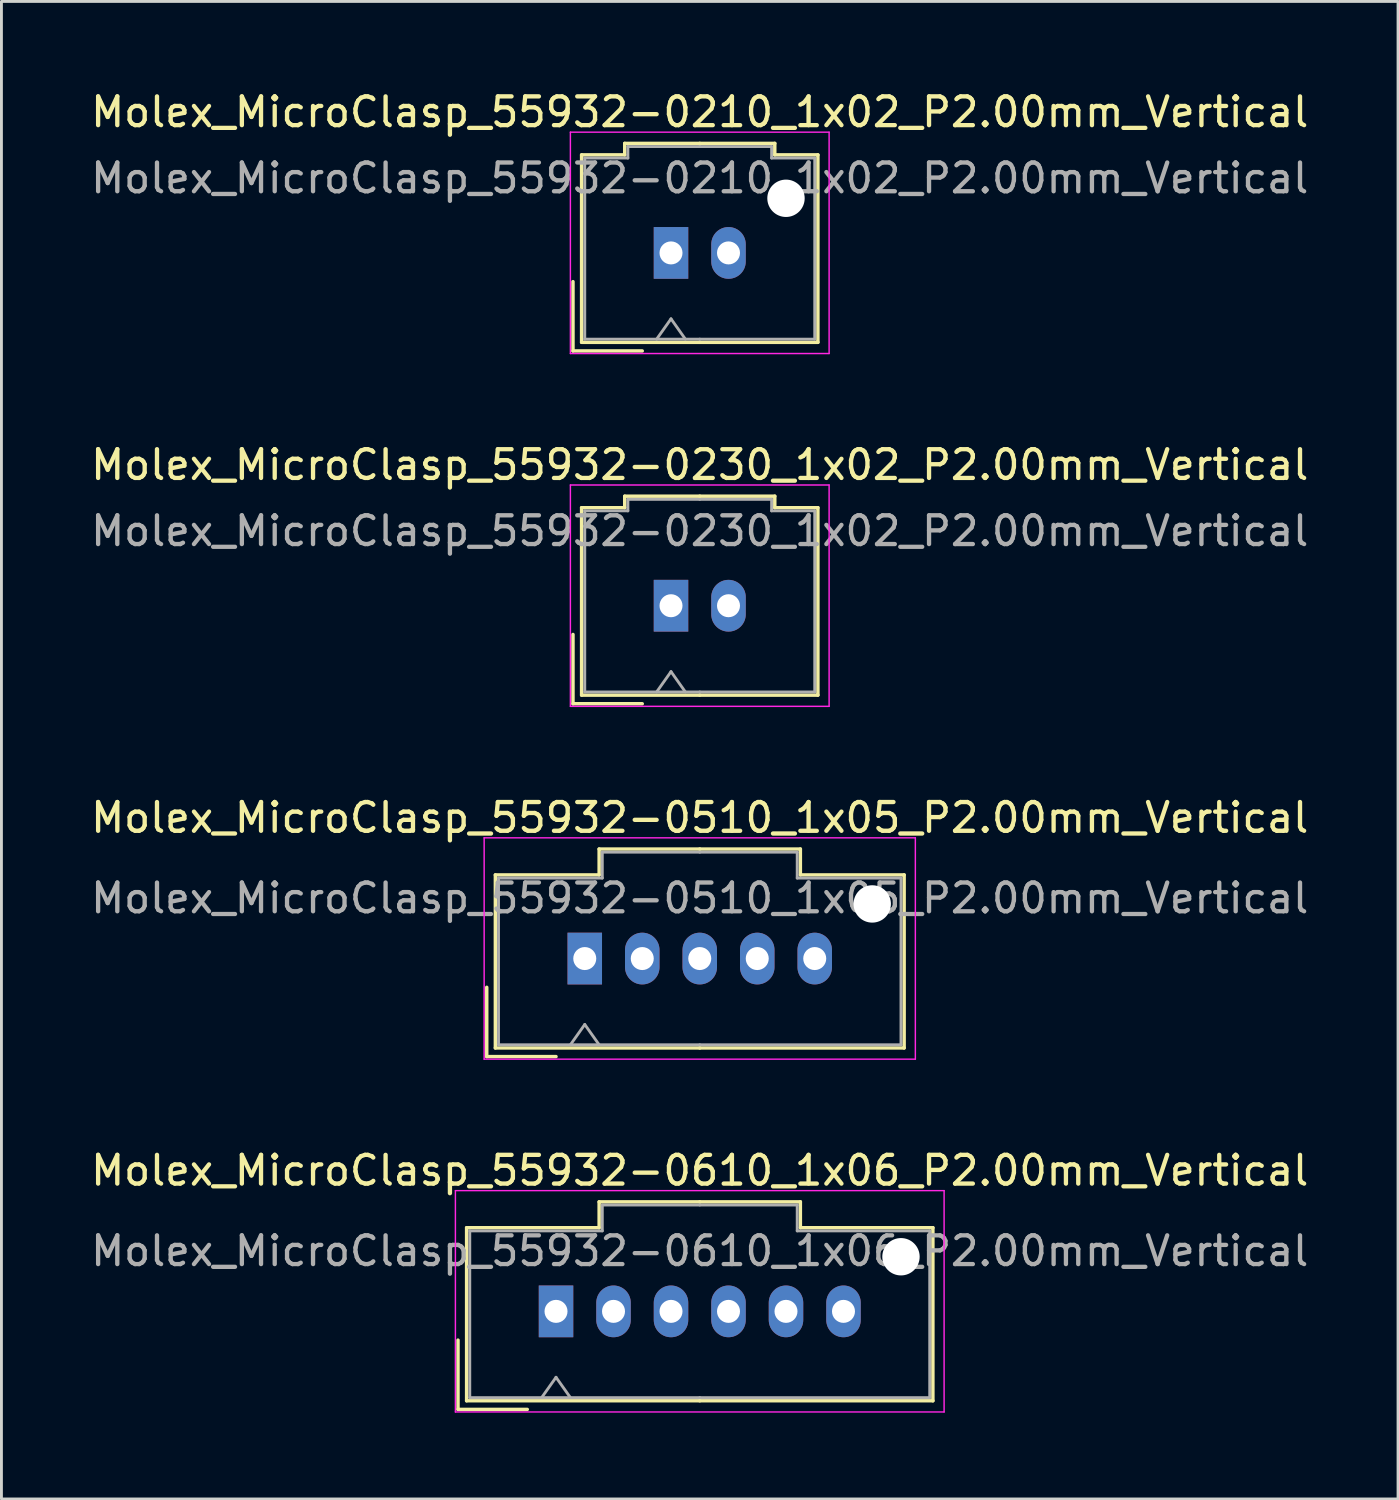
<source format=kicad_pcb>
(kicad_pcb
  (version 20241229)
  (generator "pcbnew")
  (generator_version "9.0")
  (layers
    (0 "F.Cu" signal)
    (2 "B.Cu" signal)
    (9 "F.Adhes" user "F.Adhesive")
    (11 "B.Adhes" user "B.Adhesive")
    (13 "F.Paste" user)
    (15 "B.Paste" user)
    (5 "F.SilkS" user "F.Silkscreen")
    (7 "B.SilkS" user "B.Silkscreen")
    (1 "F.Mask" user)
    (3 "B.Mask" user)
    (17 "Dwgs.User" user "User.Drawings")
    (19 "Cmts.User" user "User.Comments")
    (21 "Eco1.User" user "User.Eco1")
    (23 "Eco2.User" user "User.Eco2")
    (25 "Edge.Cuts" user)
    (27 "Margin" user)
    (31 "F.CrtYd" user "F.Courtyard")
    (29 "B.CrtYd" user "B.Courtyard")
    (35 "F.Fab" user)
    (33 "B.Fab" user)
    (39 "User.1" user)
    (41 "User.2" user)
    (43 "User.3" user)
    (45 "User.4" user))
  (footprint "Molex_MicroClasp_55932-0210_1x02_P2.00mm_Vertical"
    (layer "F.Cu")
    (at 20.292 5.748)
    (property "Reference" "Molex_MicroClasp_55932-0210_1x02_P2.00mm_Vertical" (at 1 -4.9 0) (layer "F.SilkS") (effects (font (size 1 1) (thickness 0.15))))
    (attr through_hole)
    (fp_line (start -3.41 1) (end -3.41 3.41) (stroke (width 0.12) (type solid)) (layer "F.SilkS"))
    (fp_line (start -3.41 3.41) (end -1 3.41) (stroke (width 0.12) (type solid)) (layer "F.SilkS"))
    (fp_line (start -3.11 -3.41) (end -3.11 3.11) (stroke (width 0.12) (type solid)) (layer "F.SilkS"))
    (fp_line (start -3.11 3.11) (end 1 3.11) (stroke (width 0.12) (type solid)) (layer "F.SilkS"))
    (fp_line (start -1.61 -3.81) (end -1.61 -3.41) (stroke (width 0.12) (type solid)) (layer "F.SilkS"))
    (fp_line (start -1.61 -3.41) (end -3.11 -3.41) (stroke (width 0.12) (type solid)) (layer "F.SilkS"))
    (fp_line (start 1 -3.81) (end -1.61 -3.81) (stroke (width 0.12) (type solid)) (layer "F.SilkS"))
    (fp_line (start 1 -3.81) (end 3.61 -3.81) (stroke (width 0.12) (type solid)) (layer "F.SilkS"))
    (fp_line (start 3.61 -3.81) (end 3.61 -3.41) (stroke (width 0.12) (type solid)) (layer "F.SilkS"))
    (fp_line (start 3.61 -3.41) (end 5.11 -3.41) (stroke (width 0.12) (type solid)) (layer "F.SilkS"))
    (fp_line (start 5.11 -3.41) (end 5.11 3.11) (stroke (width 0.12) (type solid)) (layer "F.SilkS"))
    (fp_line (start 5.11 3.11) (end 1 3.11) (stroke (width 0.12) (type solid)) (layer "F.SilkS"))
    (fp_line (start -3.5 -4.2) (end -3.5 3.5) (stroke (width 0.05) (type solid)) (layer "F.CrtYd"))
    (fp_line (start -3.5 3.5) (end 5.5 3.5) (stroke (width 0.05) (type solid)) (layer "F.CrtYd"))
    (fp_line (start 5.5 -4.2) (end -3.5 -4.2) (stroke (width 0.05) (type solid)) (layer "F.CrtYd"))
    (fp_line (start 5.5 3.5) (end 5.5 -4.2) (stroke (width 0.05) (type solid)) (layer "F.CrtYd"))
    (fp_line (start -3 -3.3) (end -3 3) (stroke (width 0.1) (type solid)) (layer "F.Fab"))
    (fp_line (start -3 3) (end 1 3) (stroke (width 0.1) (type solid)) (layer "F.Fab"))
    (fp_line (start -1.5 -3.7) (end -1.5 -3.3) (stroke (width 0.1) (type solid)) (layer "F.Fab"))
    (fp_line (start -1.5 -3.3) (end -3 -3.3) (stroke (width 0.1) (type solid)) (layer "F.Fab"))
    (fp_line (start -0.5 3) (end 0 2.293) (stroke (width 0.1) (type solid)) (layer "F.Fab"))
    (fp_line (start 0 2.293) (end 0.5 3) (stroke (width 0.1) (type solid)) (layer "F.Fab"))
    (fp_line (start 1 -3.7) (end -1.5 -3.7) (stroke (width 0.1) (type solid)) (layer "F.Fab"))
    (fp_line (start 1 -3.7) (end 3.5 -3.7) (stroke (width 0.1) (type solid)) (layer "F.Fab"))
    (fp_line (start 3.5 -3.7) (end 3.5 -3.3) (stroke (width 0.1) (type solid)) (layer "F.Fab"))
    (fp_line (start 3.5 -3.3) (end 5 -3.3) (stroke (width 0.1) (type solid)) (layer "F.Fab"))
    (fp_line (start 5 -3.3) (end 5 3) (stroke (width 0.1) (type solid)) (layer "F.Fab"))
    (fp_line (start 5 3) (end 1 3) (stroke (width 0.1) (type solid)) (layer "F.Fab"))
    (fp_text user "${REFERENCE}" (at 1 -2.6 0) (layer "F.Fab") (effects (font (size 1 1) (thickness 0.15))))
    (pad "" np_thru_hole circle (at 4 -1.9) (size 1.3 1.3) (drill 1.3) (layers "*.Cu" "*.Mask"))
    (pad "1" thru_hole rect (at 0 0) (size 1.2 1.8) (drill 0.8) (layers "*.Cu" "*.Mask"))
    (pad "2" thru_hole oval (at 2 0) (size 1.2 1.8) (drill 0.8) (layers "*.Cu" "*.Mask")))
  (footprint "Molex_MicroClasp_55932-0230_1x02_P2.00mm_Vertical"
    (layer "F.Cu")
    (at 20.292 18.021)
    (property "Reference" "Molex_MicroClasp_55932-0230_1x02_P2.00mm_Vertical" (at 1 -4.9 0) (layer "F.SilkS") (effects (font (size 1 1) (thickness 0.15))))
    (attr through_hole)
    (fp_line (start -3.41 1) (end -3.41 3.41) (stroke (width 0.12) (type solid)) (layer "F.SilkS"))
    (fp_line (start -3.41 3.41) (end -1 3.41) (stroke (width 0.12) (type solid)) (layer "F.SilkS"))
    (fp_line (start -3.11 -3.41) (end -3.11 3.11) (stroke (width 0.12) (type solid)) (layer "F.SilkS"))
    (fp_line (start -3.11 3.11) (end 1 3.11) (stroke (width 0.12) (type solid)) (layer "F.SilkS"))
    (fp_line (start -1.61 -3.81) (end -1.61 -3.41) (stroke (width 0.12) (type solid)) (layer "F.SilkS"))
    (fp_line (start -1.61 -3.41) (end -3.11 -3.41) (stroke (width 0.12) (type solid)) (layer "F.SilkS"))
    (fp_line (start 1 -3.81) (end -1.61 -3.81) (stroke (width 0.12) (type solid)) (layer "F.SilkS"))
    (fp_line (start 1 -3.81) (end 3.61 -3.81) (stroke (width 0.12) (type solid)) (layer "F.SilkS"))
    (fp_line (start 3.61 -3.81) (end 3.61 -3.41) (stroke (width 0.12) (type solid)) (layer "F.SilkS"))
    (fp_line (start 3.61 -3.41) (end 5.11 -3.41) (stroke (width 0.12) (type solid)) (layer "F.SilkS"))
    (fp_line (start 5.11 -3.41) (end 5.11 3.11) (stroke (width 0.12) (type solid)) (layer "F.SilkS"))
    (fp_line (start 5.11 3.11) (end 1 3.11) (stroke (width 0.12) (type solid)) (layer "F.SilkS"))
    (fp_line (start -3.5 -4.2) (end -3.5 3.5) (stroke (width 0.05) (type solid)) (layer "F.CrtYd"))
    (fp_line (start -3.5 3.5) (end 5.5 3.5) (stroke (width 0.05) (type solid)) (layer "F.CrtYd"))
    (fp_line (start 5.5 -4.2) (end -3.5 -4.2) (stroke (width 0.05) (type solid)) (layer "F.CrtYd"))
    (fp_line (start 5.5 3.5) (end 5.5 -4.2) (stroke (width 0.05) (type solid)) (layer "F.CrtYd"))
    (fp_line (start -3 -3.3) (end -3 3) (stroke (width 0.1) (type solid)) (layer "F.Fab"))
    (fp_line (start -3 3) (end 1 3) (stroke (width 0.1) (type solid)) (layer "F.Fab"))
    (fp_line (start -1.5 -3.7) (end -1.5 -3.3) (stroke (width 0.1) (type solid)) (layer "F.Fab"))
    (fp_line (start -1.5 -3.3) (end -3 -3.3) (stroke (width 0.1) (type solid)) (layer "F.Fab"))
    (fp_line (start -0.5 3) (end 0 2.293) (stroke (width 0.1) (type solid)) (layer "F.Fab"))
    (fp_line (start 0 2.293) (end 0.5 3) (stroke (width 0.1) (type solid)) (layer "F.Fab"))
    (fp_line (start 1 -3.7) (end -1.5 -3.7) (stroke (width 0.1) (type solid)) (layer "F.Fab"))
    (fp_line (start 1 -3.7) (end 3.5 -3.7) (stroke (width 0.1) (type solid)) (layer "F.Fab"))
    (fp_line (start 3.5 -3.7) (end 3.5 -3.3) (stroke (width 0.1) (type solid)) (layer "F.Fab"))
    (fp_line (start 3.5 -3.3) (end 5 -3.3) (stroke (width 0.1) (type solid)) (layer "F.Fab"))
    (fp_line (start 5 -3.3) (end 5 3) (stroke (width 0.1) (type solid)) (layer "F.Fab"))
    (fp_line (start 5 3) (end 1 3) (stroke (width 0.1) (type solid)) (layer "F.Fab"))
    (fp_text user "${REFERENCE}" (at 1 -2.6 0) (layer "F.Fab") (effects (font (size 1 1) (thickness 0.15))))
    (pad "1" thru_hole rect (at 0 0) (size 1.2 1.8) (drill 0.8) (layers "*.Cu" "*.Mask"))
    (pad "2" thru_hole oval (at 2 0) (size 1.2 1.8) (drill 0.8) (layers "*.Cu" "*.Mask")))
  (footprint "Molex_MicroClasp_55932-0610_1x06_P2.00mm_Vertical"
    (layer "F.Cu")
    (at 16.292 42.568)
    (property "Reference" "Molex_MicroClasp_55932-0610_1x06_P2.00mm_Vertical" (at 5 -4.9 0) (layer "F.SilkS") (effects (font (size 1 1) (thickness 0.15))))
    (attr through_hole)
    (fp_line (start -3.41 1) (end -3.41 3.41) (stroke (width 0.12) (type solid)) (layer "F.SilkS"))
    (fp_line (start -3.41 3.41) (end -1 3.41) (stroke (width 0.12) (type solid)) (layer "F.SilkS"))
    (fp_line (start -3.11 -2.91) (end -3.11 3.11) (stroke (width 0.12) (type solid)) (layer "F.SilkS"))
    (fp_line (start -3.11 3.11) (end 5 3.11) (stroke (width 0.12) (type solid)) (layer "F.SilkS"))
    (fp_line (start 1.5 -3.81) (end 1.5 -2.91) (stroke (width 0.12) (type solid)) (layer "F.SilkS"))
    (fp_line (start 1.5 -2.91) (end -3.11 -2.91) (stroke (width 0.12) (type solid)) (layer "F.SilkS"))
    (fp_line (start 5 -3.81) (end 1.5 -3.81) (stroke (width 0.12) (type solid)) (layer "F.SilkS"))
    (fp_line (start 5 -3.81) (end 8.5 -3.81) (stroke (width 0.12) (type solid)) (layer "F.SilkS"))
    (fp_line (start 8.5 -3.81) (end 8.5 -2.91) (stroke (width 0.12) (type solid)) (layer "F.SilkS"))
    (fp_line (start 8.5 -2.91) (end 13.11 -2.91) (stroke (width 0.12) (type solid)) (layer "F.SilkS"))
    (fp_line (start 13.11 -2.91) (end 13.11 3.11) (stroke (width 0.12) (type solid)) (layer "F.SilkS"))
    (fp_line (start 13.11 3.11) (end 5 3.11) (stroke (width 0.12) (type solid)) (layer "F.SilkS"))
    (fp_line (start -3.5 -4.2) (end -3.5 3.5) (stroke (width 0.05) (type solid)) (layer "F.CrtYd"))
    (fp_line (start -3.5 3.5) (end 13.5 3.5) (stroke (width 0.05) (type solid)) (layer "F.CrtYd"))
    (fp_line (start 13.5 -4.2) (end -3.5 -4.2) (stroke (width 0.05) (type solid)) (layer "F.CrtYd"))
    (fp_line (start 13.5 3.5) (end 13.5 -4.2) (stroke (width 0.05) (type solid)) (layer "F.CrtYd"))
    (fp_line (start -3 -2.8) (end -3 3) (stroke (width 0.1) (type solid)) (layer "F.Fab"))
    (fp_line (start -3 3) (end 5 3) (stroke (width 0.1) (type solid)) (layer "F.Fab"))
    (fp_line (start -0.5 3) (end 0 2.293) (stroke (width 0.1) (type solid)) (layer "F.Fab"))
    (fp_line (start 0 2.293) (end 0.5 3) (stroke (width 0.1) (type solid)) (layer "F.Fab"))
    (fp_line (start 1.61 -3.7) (end 1.61 -2.8) (stroke (width 0.1) (type solid)) (layer "F.Fab"))
    (fp_line (start 1.61 -2.8) (end -3 -2.8) (stroke (width 0.1) (type solid)) (layer "F.Fab"))
    (fp_line (start 5 -3.7) (end 1.61 -3.7) (stroke (width 0.1) (type solid)) (layer "F.Fab"))
    (fp_line (start 5 -3.7) (end 8.39 -3.7) (stroke (width 0.1) (type solid)) (layer "F.Fab"))
    (fp_line (start 8.39 -3.7) (end 8.39 -2.8) (stroke (width 0.1) (type solid)) (layer "F.Fab"))
    (fp_line (start 8.39 -2.8) (end 13 -2.8) (stroke (width 0.1) (type solid)) (layer "F.Fab"))
    (fp_line (start 13 -2.8) (end 13 3) (stroke (width 0.1) (type solid)) (layer "F.Fab"))
    (fp_line (start 13 3) (end 5 3) (stroke (width 0.1) (type solid)) (layer "F.Fab"))
    (fp_text user "${REFERENCE}" (at 5 -2.1 0) (layer "F.Fab") (effects (font (size 1 1) (thickness 0.15))))
    (pad "" np_thru_hole circle (at 12 -1.9) (size 1.3 1.3) (drill 1.3) (layers "*.Cu" "*.Mask"))
    (pad "1" thru_hole rect (at 0 0) (size 1.2 1.8) (drill 0.8) (layers "*.Cu" "*.Mask"))
    (pad "2" thru_hole oval (at 2 0) (size 1.2 1.8) (drill 0.8) (layers "*.Cu" "*.Mask"))
    (pad "3" thru_hole oval (at 4 0) (size 1.2 1.8) (drill 0.8) (layers "*.Cu" "*.Mask"))
    (pad "4" thru_hole oval (at 6 0) (size 1.2 1.8) (drill 0.8) (layers "*.Cu" "*.Mask"))
    (pad "5" thru_hole oval (at 8 0) (size 1.2 1.8) (drill 0.8) (layers "*.Cu" "*.Mask"))
    (pad "6" thru_hole oval (at 10 0) (size 1.2 1.8) (drill 0.8) (layers "*.Cu" "*.Mask")))
  (footprint "Molex_MicroClasp_55932-0510_1x05_P2.00mm_Vertical"
    (layer "F.Cu")
    (at 17.292 30.295)
    (property "Reference" "Molex_MicroClasp_55932-0510_1x05_P2.00mm_Vertical" (at 4 -4.9 0) (layer "F.SilkS") (effects (font (size 1 1) (thickness 0.15))))
    (attr through_hole)
    (fp_line (start -3.41 1) (end -3.41 3.41) (stroke (width 0.12) (type solid)) (layer "F.SilkS"))
    (fp_line (start -3.41 3.41) (end -1 3.41) (stroke (width 0.12) (type solid)) (layer "F.SilkS"))
    (fp_line (start -3.11 -2.91) (end -3.11 3.11) (stroke (width 0.12) (type solid)) (layer "F.SilkS"))
    (fp_line (start -3.11 3.11) (end 4 3.11) (stroke (width 0.12) (type solid)) (layer "F.SilkS"))
    (fp_line (start 0.5 -3.81) (end 0.5 -2.91) (stroke (width 0.12) (type solid)) (layer "F.SilkS"))
    (fp_line (start 0.5 -2.91) (end -3.11 -2.91) (stroke (width 0.12) (type solid)) (layer "F.SilkS"))
    (fp_line (start 4 -3.81) (end 0.5 -3.81) (stroke (width 0.12) (type solid)) (layer "F.SilkS"))
    (fp_line (start 4 -3.81) (end 7.5 -3.81) (stroke (width 0.12) (type solid)) (layer "F.SilkS"))
    (fp_line (start 7.5 -3.81) (end 7.5 -2.91) (stroke (width 0.12) (type solid)) (layer "F.SilkS"))
    (fp_line (start 7.5 -2.91) (end 11.11 -2.91) (stroke (width 0.12) (type solid)) (layer "F.SilkS"))
    (fp_line (start 11.11 -2.91) (end 11.11 3.11) (stroke (width 0.12) (type solid)) (layer "F.SilkS"))
    (fp_line (start 11.11 3.11) (end 4 3.11) (stroke (width 0.12) (type solid)) (layer "F.SilkS"))
    (fp_line (start -3.5 -4.2) (end -3.5 3.5) (stroke (width 0.05) (type solid)) (layer "F.CrtYd"))
    (fp_line (start -3.5 3.5) (end 11.5 3.5) (stroke (width 0.05) (type solid)) (layer "F.CrtYd"))
    (fp_line (start 11.5 -4.2) (end -3.5 -4.2) (stroke (width 0.05) (type solid)) (layer "F.CrtYd"))
    (fp_line (start 11.5 3.5) (end 11.5 -4.2) (stroke (width 0.05) (type solid)) (layer "F.CrtYd"))
    (fp_line (start -3 -2.8) (end -3 3) (stroke (width 0.1) (type solid)) (layer "F.Fab"))
    (fp_line (start -3 3) (end 4 3) (stroke (width 0.1) (type solid)) (layer "F.Fab"))
    (fp_line (start -0.5 3) (end 0 2.293) (stroke (width 0.1) (type solid)) (layer "F.Fab"))
    (fp_line (start 0 2.293) (end 0.5 3) (stroke (width 0.1) (type solid)) (layer "F.Fab"))
    (fp_line (start 0.61 -3.7) (end 0.61 -2.8) (stroke (width 0.1) (type solid)) (layer "F.Fab"))
    (fp_line (start 0.61 -2.8) (end -3 -2.8) (stroke (width 0.1) (type solid)) (layer "F.Fab"))
    (fp_line (start 4 -3.7) (end 0.61 -3.7) (stroke (width 0.1) (type solid)) (layer "F.Fab"))
    (fp_line (start 4 -3.7) (end 7.39 -3.7) (stroke (width 0.1) (type solid)) (layer "F.Fab"))
    (fp_line (start 7.39 -3.7) (end 7.39 -2.8) (stroke (width 0.1) (type solid)) (layer "F.Fab"))
    (fp_line (start 7.39 -2.8) (end 11 -2.8) (stroke (width 0.1) (type solid)) (layer "F.Fab"))
    (fp_line (start 11 -2.8) (end 11 3) (stroke (width 0.1) (type solid)) (layer "F.Fab"))
    (fp_line (start 11 3) (end 4 3) (stroke (width 0.1) (type solid)) (layer "F.Fab"))
    (fp_text user "${REFERENCE}" (at 4 -2.1 0) (layer "F.Fab") (effects (font (size 1 1) (thickness 0.15))))
    (pad "" np_thru_hole circle (at 10 -1.9) (size 1.3 1.3) (drill 1.3) (layers "*.Cu" "*.Mask"))
    (pad "1" thru_hole rect (at 0 0) (size 1.2 1.8) (drill 0.8) (layers "*.Cu" "*.Mask"))
    (pad "2" thru_hole oval (at 2 0) (size 1.2 1.8) (drill 0.8) (layers "*.Cu" "*.Mask"))
    (pad "3" thru_hole oval (at 4 0) (size 1.2 1.8) (drill 0.8) (layers "*.Cu" "*.Mask"))
    (pad "4" thru_hole oval (at 6 0) (size 1.2 1.8) (drill 0.8) (layers "*.Cu" "*.Mask"))
    (pad "5" thru_hole oval (at 8 0) (size 1.2 1.8) (drill 0.8) (layers "*.Cu" "*.Mask")))
  (gr_rect
    (start -3 -3)
    (end 45.583 49.093)
    (stroke (width 0.1) (type default))
    (fill no)
    (layer "Edge.Cuts")))
</source>
